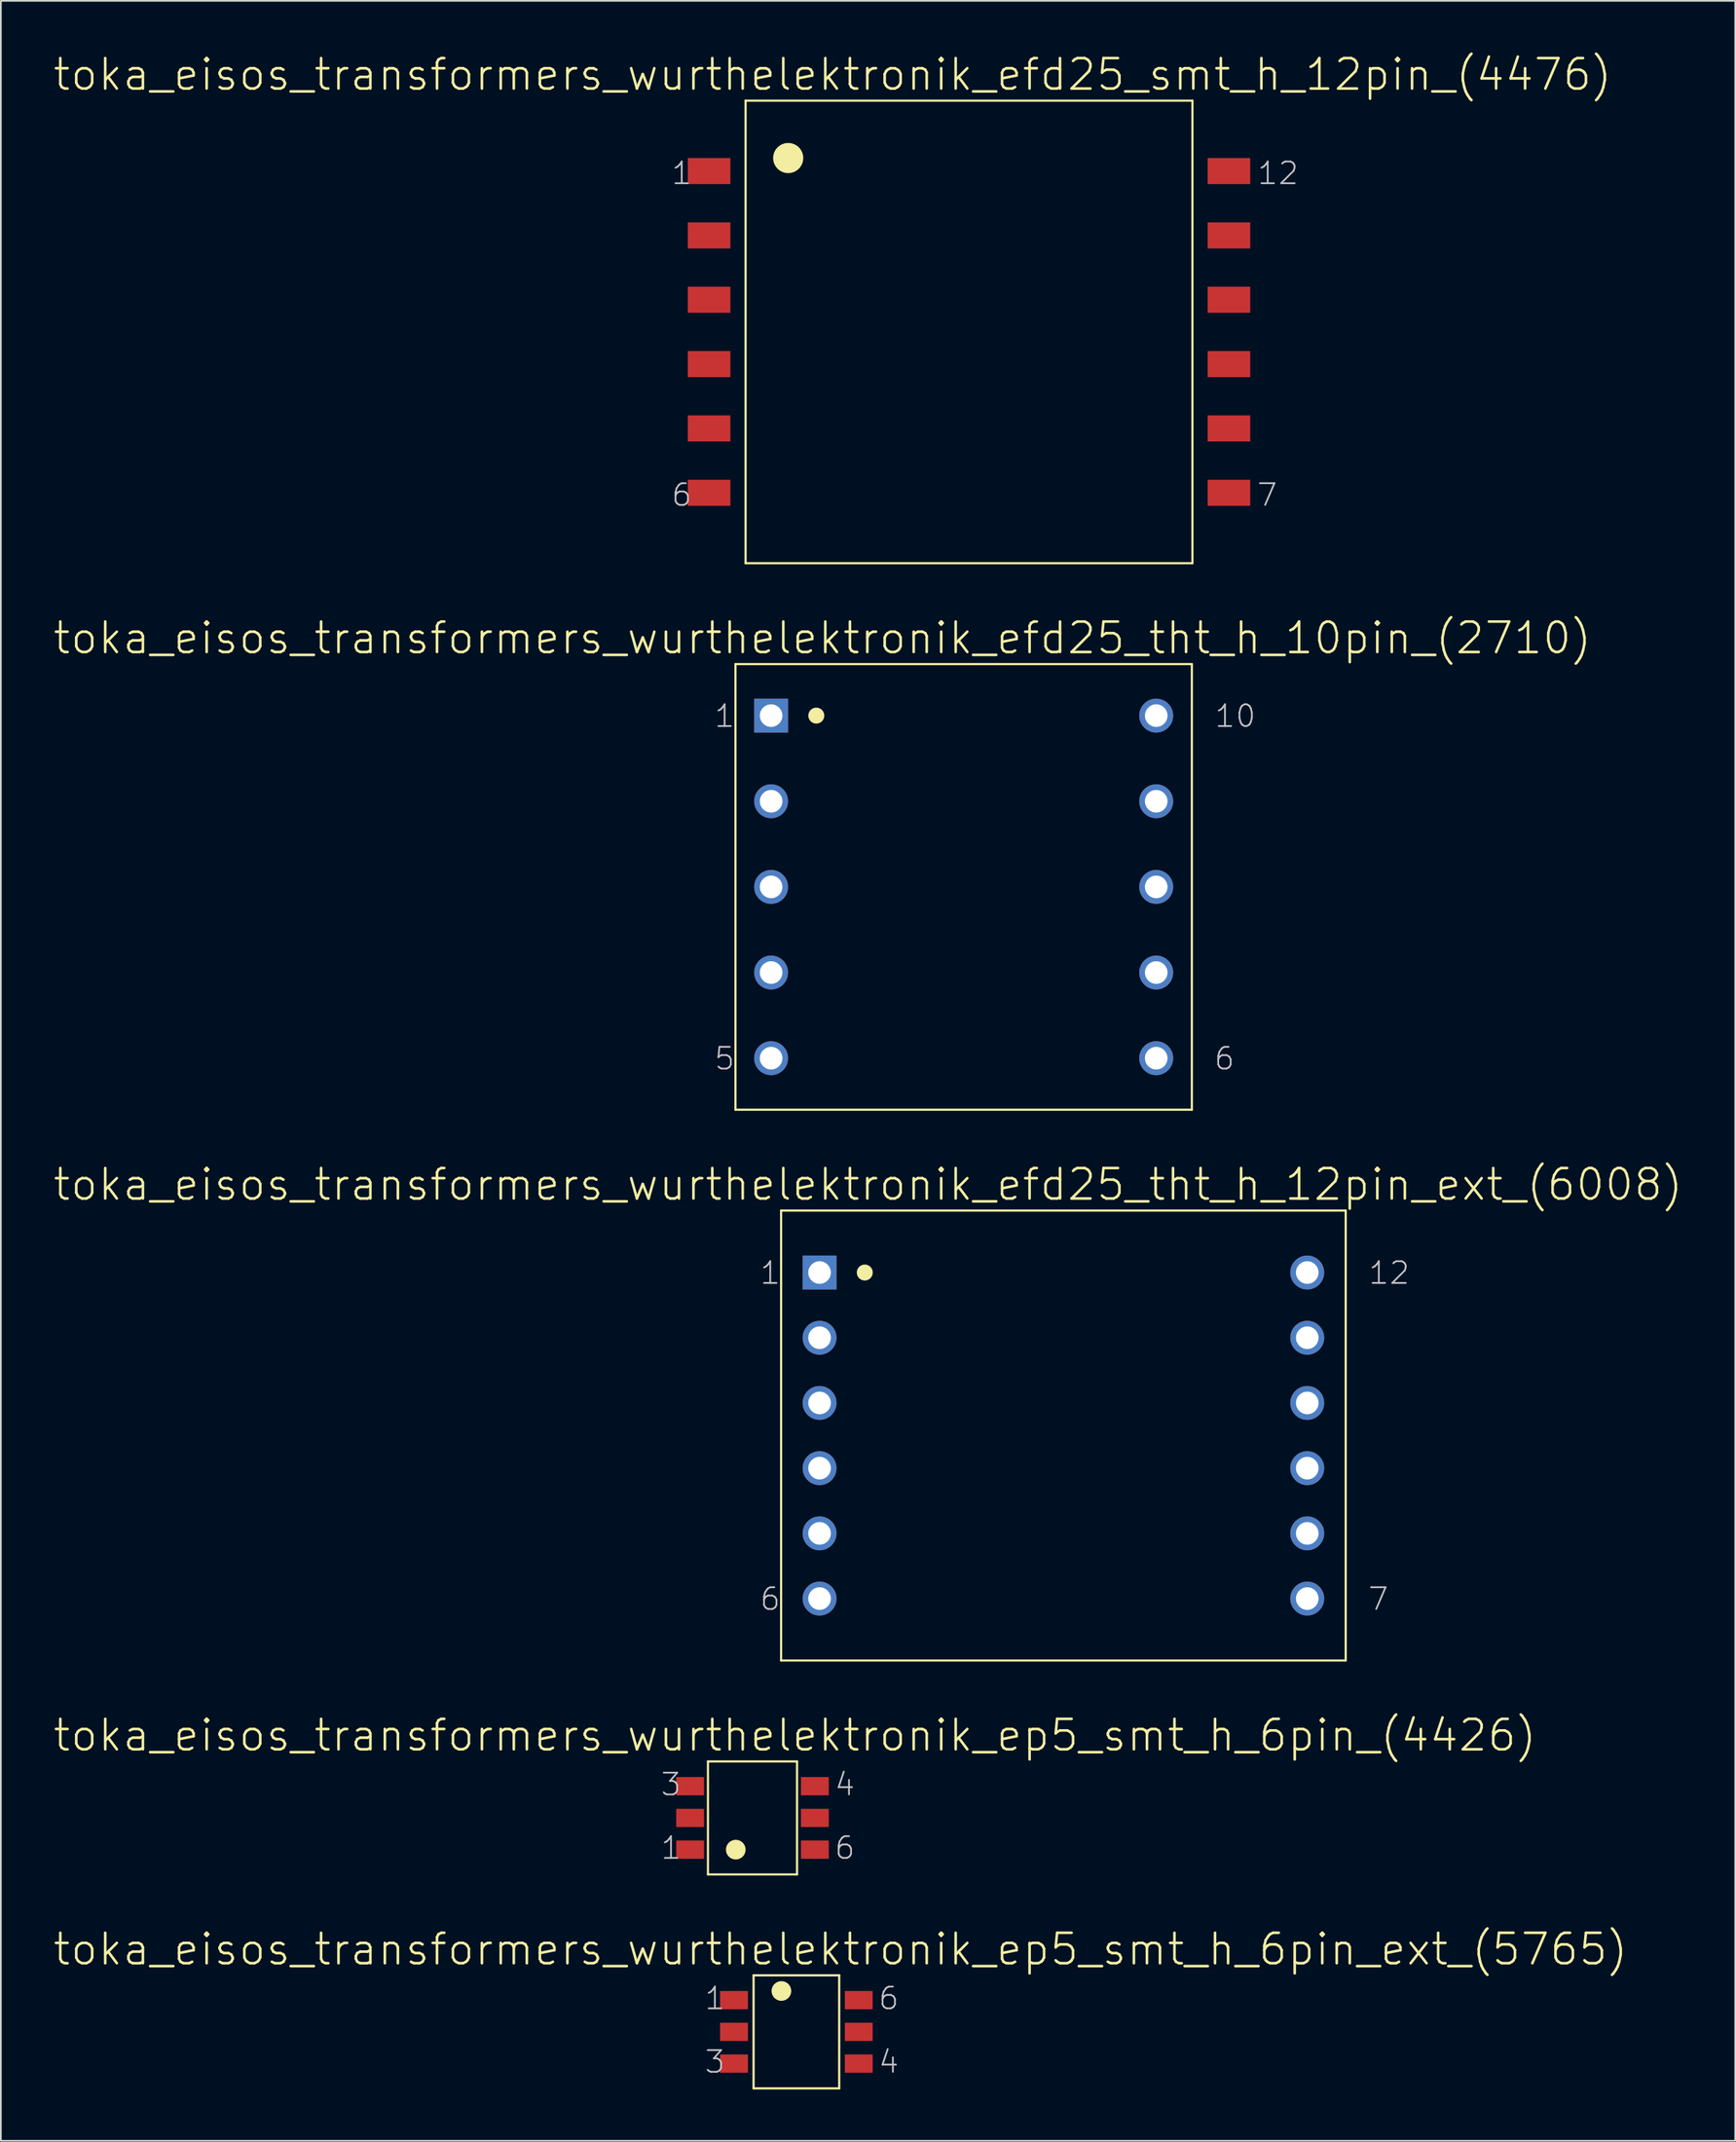
<source format=kicad_pcb>
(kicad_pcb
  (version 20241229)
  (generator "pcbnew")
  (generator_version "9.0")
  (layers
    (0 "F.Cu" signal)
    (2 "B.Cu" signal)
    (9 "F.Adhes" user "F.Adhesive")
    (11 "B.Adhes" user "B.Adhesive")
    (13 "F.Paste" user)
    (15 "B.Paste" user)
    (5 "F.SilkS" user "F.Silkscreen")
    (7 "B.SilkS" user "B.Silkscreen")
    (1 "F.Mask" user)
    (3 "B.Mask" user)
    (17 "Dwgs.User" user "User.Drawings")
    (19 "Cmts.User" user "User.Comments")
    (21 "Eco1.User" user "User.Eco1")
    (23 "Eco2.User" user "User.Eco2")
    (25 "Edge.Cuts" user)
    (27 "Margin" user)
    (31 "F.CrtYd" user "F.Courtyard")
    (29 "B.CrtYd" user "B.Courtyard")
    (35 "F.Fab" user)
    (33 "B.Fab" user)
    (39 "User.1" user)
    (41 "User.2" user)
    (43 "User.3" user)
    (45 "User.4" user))
  (footprint "toka_eisos_transformers_wurthelektronik_ep5_smt_h_6pin_(4426)"
    (layer "F.Cu")
    (at 40.924 103.168)
    (property "Reference" "toka_eisos_transformers_wurthelektronik_ep5_smt_h_6pin_(4426)" (at 2.477 -4.826 0) (layer "F.SilkS") (effects (font (size 1.778 1.778) (thickness 0.152))))
    (attr smd)
    (fp_line (start -2.603 -3.302) (end -2.603 3.302) (stroke (width 0.127) (type solid)) (layer "F.SilkS"))
    (fp_line (start -2.603 -3.302) (end 2.603 -3.302) (stroke (width 0.127) (type solid)) (layer "F.SilkS"))
    (fp_line (start -2.603 3.302) (end 2.603 3.302) (stroke (width 0.127) (type solid)) (layer "F.SilkS"))
    (fp_line (start 2.603 -3.302) (end 2.603 3.302) (stroke (width 0.127) (type solid)) (layer "F.SilkS"))
    (fp_circle (center -0.978 1.854) (end -1.384 2.261) (stroke (width 0) (type solid)) (fill yes) (layer "F.SilkS"))
    (fp_text user "6" (at 5.397 1.753 0) (layer "Dwgs.User") (effects (font (size 1.27 1.27) (thickness 0.102))))
    (fp_text user "4" (at 5.397 -1.956 0) (layer "Dwgs.User") (effects (font (size 1.27 1.27) (thickness 0.102))))
    (fp_text user "1" (at -4.763 1.753 0) (layer "Dwgs.User") (effects (font (size 1.27 1.27) (thickness 0.102))))
    (fp_text user "3" (at -4.763 -1.956 0) (layer "Dwgs.User") (effects (font (size 1.27 1.27) (thickness 0.102))))
    (pad "1" smd rect (at -3.645 1.854) (size 1.626 1.067) (layers "F.Cu" "F.Mask" "F.Paste"))
    (pad "2" smd rect (at -3.645 0) (size 1.626 1.067) (layers "F.Cu" "F.Mask" "F.Paste"))
    (pad "3" smd rect (at -3.645 -1.854) (size 1.626 1.067) (layers "F.Cu" "F.Mask" "F.Paste"))
    (pad "4" smd rect (at 3.645 -1.854) (size 1.626 1.067) (layers "F.Cu" "F.Mask" "F.Paste"))
    (pad "5" smd rect (at 3.645 0) (size 1.626 1.067) (layers "F.Cu" "F.Mask" "F.Paste"))
    (pad "6" smd rect (at 3.645 1.854) (size 1.626 1.067) (layers "F.Cu" "F.Mask" "F.Paste")))
  (footprint "toka_eisos_transformers_wurthelektronik_efd25_smt_h_12pin_(4476)"
    (layer "F.Cu")
    (at 53.577 16.344)
    (property "Reference" "toka_eisos_transformers_wurthelektronik_efd25_smt_h_12pin_(4476)" (at -7.976 -15.037 0) (layer "F.SilkS") (effects (font (size 1.778 1.778) (thickness 0.152))))
    (attr smd)
    (fp_line (start -13.056 -13.513) (end -13.056 13.513) (stroke (width 0.127) (type solid)) (layer "F.SilkS"))
    (fp_line (start -13.056 -13.513) (end 13.056 -13.513) (stroke (width 0.127) (type solid)) (layer "F.SilkS"))
    (fp_line (start -13.056 13.513) (end 13.056 13.513) (stroke (width 0.127) (type solid)) (layer "F.SilkS"))
    (fp_line (start 13.056 -13.513) (end 13.056 13.513) (stroke (width 0.127) (type solid)) (layer "F.SilkS"))
    (fp_circle (center -10.566 -10.16) (end -11.189 -10.782) (stroke (width 0) (type solid)) (fill yes) (layer "F.SilkS"))
    (fp_text user "12" (at 18.059 -9.271 0) (layer "Dwgs.User") (effects (font (size 1.27 1.27) (thickness 0.102))))
    (fp_text user "7" (at 17.424 9.525 0) (layer "Dwgs.User") (effects (font (size 1.27 1.27) (thickness 0.102))))
    (fp_text user "6" (at -16.789 9.525 0) (layer "Dwgs.User") (effects (font (size 1.27 1.27) (thickness 0.102))))
    (fp_text user "1" (at -16.789 -9.271 0) (layer "Dwgs.User") (effects (font (size 1.27 1.27) (thickness 0.102))))
    (pad "1" smd rect (at -15.189 -9.398) (size 2.489 1.524) (layers "F.Cu" "F.Mask" "F.Paste"))
    (pad "2" smd rect (at -15.189 -5.639) (size 2.489 1.524) (layers "F.Cu" "F.Mask" "F.Paste"))
    (pad "3" smd rect (at -15.189 -1.88) (size 2.489 1.524) (layers "F.Cu" "F.Mask" "F.Paste"))
    (pad "4" smd rect (at -15.189 1.88) (size 2.489 1.524) (layers "F.Cu" "F.Mask" "F.Paste"))
    (pad "5" smd rect (at -15.189 5.639) (size 2.489 1.524) (layers "F.Cu" "F.Mask" "F.Paste"))
    (pad "6" smd rect (at -15.189 9.398) (size 2.489 1.524) (layers "F.Cu" "F.Mask" "F.Paste"))
    (pad "7" smd rect (at 15.189 9.398) (size 2.489 1.524) (layers "F.Cu" "F.Mask" "F.Paste"))
    (pad "8" smd rect (at 15.189 5.639) (size 2.489 1.524) (layers "F.Cu" "F.Mask" "F.Paste"))
    (pad "9" smd rect (at 15.189 1.88) (size 2.489 1.524) (layers "F.Cu" "F.Mask" "F.Paste"))
    (pad "10" smd rect (at 15.189 -1.88) (size 2.489 1.524) (layers "F.Cu" "F.Mask" "F.Paste"))
    (pad "11" smd rect (at 15.189 -5.639) (size 2.489 1.524) (layers "F.Cu" "F.Mask" "F.Paste"))
    (pad "12" smd rect (at 15.189 -9.398) (size 2.489 1.524) (layers "F.Cu" "F.Mask" "F.Paste")))
  (footprint "toka_eisos_transformers_wurthelektronik_efd25_tht_h_10pin_(2710)"
    (layer "F.Cu")
    (at 53.264 48.77)
    (property "Reference" "toka_eisos_transformers_wurthelektronik_efd25_tht_h_10pin_(2710)" (at -8.255 -14.541 0) (layer "F.SilkS") (effects (font (size 1.778 1.778) (thickness 0.152))))
    (attr exclude_from_pos_files exclude_from_bom)
    (fp_line (start -13.335 -13.018) (end -13.335 13.018) (stroke (width 0.127) (type solid)) (layer "F.SilkS"))
    (fp_line (start -13.335 -13.018) (end 13.335 -13.018) (stroke (width 0.127) (type solid)) (layer "F.SilkS"))
    (fp_line (start -13.335 13.018) (end 13.335 13.018) (stroke (width 0.127) (type solid)) (layer "F.SilkS"))
    (fp_line (start 13.335 -13.018) (end 13.335 13.018) (stroke (width 0.127) (type solid)) (layer "F.SilkS"))
    (fp_circle (center -8.611 -10.008) (end -8.941 -10.338) (stroke (width 0) (type solid)) (fill yes) (layer "F.SilkS"))
    (fp_text user "10" (at 15.875 -9.982 0) (layer "Dwgs.User") (effects (font (size 1.27 1.27) (thickness 0.102))))
    (fp_text user "6" (at 15.24 10.033 0) (layer "Dwgs.User") (effects (font (size 1.27 1.27) (thickness 0.102))))
    (fp_text user "5" (at -13.97 10.033 0) (layer "Dwgs.User") (effects (font (size 1.27 1.27) (thickness 0.102))))
    (fp_text user "1" (at -13.97 -9.982 0) (layer "Dwgs.User") (effects (font (size 1.27 1.27) (thickness 0.102))))
    (pad "1" thru_hole rect (at -11.252 -10.008) (size 1.981 1.981) (drill 1.321) (layers "*.Cu" "*.Paste" "*.Mask"))
    (pad "2" thru_hole circle (at -11.252 -5.004) (size 1.981 1.981) (drill 1.321) (layers "*.Cu" "*.Paste" "*.Mask"))
    (pad "3" thru_hole circle (at -11.252 0) (size 1.981 1.981) (drill 1.321) (layers "*.Cu" "*.Paste" "*.Mask"))
    (pad "4" thru_hole circle (at -11.252 5.004) (size 1.981 1.981) (drill 1.321) (layers "*.Cu" "*.Paste" "*.Mask"))
    (pad "5" thru_hole circle (at -11.252 10.008) (size 1.981 1.981) (drill 1.321) (layers "*.Cu" "*.Paste" "*.Mask"))
    (pad "6" thru_hole circle (at 11.252 10.008) (size 1.981 1.981) (drill 1.321) (layers "*.Cu" "*.Paste" "*.Mask"))
    (pad "7" thru_hole circle (at 11.252 5.004) (size 1.981 1.981) (drill 1.321) (layers "*.Cu" "*.Paste" "*.Mask"))
    (pad "8" thru_hole circle (at 11.252 0) (size 1.981 1.981) (drill 1.321) (layers "*.Cu" "*.Paste" "*.Mask"))
    (pad "9" thru_hole circle (at 11.252 -5.004) (size 1.981 1.981) (drill 1.321) (layers "*.Cu" "*.Paste" "*.Mask"))
    (pad "10" thru_hole circle (at 11.252 -10.008) (size 1.981 1.981) (drill 1.321) (layers "*.Cu" "*.Paste" "*.Mask")))
  (footprint "toka_eisos_transformers_wurthelektronik_ep5_smt_h_6pin_ext_(5765)"
    (layer "F.Cu")
    (at 43.489 115.668)
    (property "Reference" "toka_eisos_transformers_wurthelektronik_ep5_smt_h_6pin_ext_(5765)" (at 2.578 -4.826 0) (layer "F.SilkS") (effects (font (size 1.778 1.778) (thickness 0.152))))
    (attr smd)
    (fp_line (start -2.502 -3.302) (end -2.502 3.302) (stroke (width 0.127) (type solid)) (layer "F.SilkS"))
    (fp_line (start -2.502 -3.302) (end 2.502 -3.302) (stroke (width 0.127) (type solid)) (layer "F.SilkS"))
    (fp_line (start -2.502 3.302) (end 2.502 3.302) (stroke (width 0.127) (type solid)) (layer "F.SilkS"))
    (fp_line (start 2.502 -3.302) (end 2.502 3.302) (stroke (width 0.127) (type solid)) (layer "F.SilkS"))
    (fp_circle (center -0.876 -2.388) (end -1.283 -2.794) (stroke (width 0) (type solid)) (fill yes) (layer "F.SilkS"))
    (fp_text user "6" (at 5.397 -1.956 0) (layer "Dwgs.User") (effects (font (size 1.27 1.27) (thickness 0.102))))
    (fp_text user "3" (at -4.763 1.753 0) (layer "Dwgs.User") (effects (font (size 1.27 1.27) (thickness 0.102))))
    (fp_text user "1" (at -4.763 -1.956 0) (layer "Dwgs.User") (effects (font (size 1.27 1.27) (thickness 0.102))))
    (fp_text user "4" (at 5.397 1.753 0) (layer "Dwgs.User") (effects (font (size 1.27 1.27) (thickness 0.102))))
    (pad "1" smd rect (at -3.645 -1.854) (size 1.626 1.067) (layers "F.Cu" "F.Mask" "F.Paste"))
    (pad "2" smd rect (at -3.645 0) (size 1.626 1.067) (layers "F.Cu" "F.Mask" "F.Paste"))
    (pad "3" smd rect (at -3.645 1.854) (size 1.626 1.067) (layers "F.Cu" "F.Mask" "F.Paste"))
    (pad "4" smd rect (at 3.645 1.854) (size 1.626 1.067) (layers "F.Cu" "F.Mask" "F.Paste"))
    (pad "5" smd rect (at 3.645 0) (size 1.626 1.067) (layers "F.Cu" "F.Mask" "F.Paste"))
    (pad "6" smd rect (at 3.645 -1.854) (size 1.626 1.067) (layers "F.Cu" "F.Mask" "F.Paste")))
  (footprint "toka_eisos_transformers_wurthelektronik_efd25_tht_h_12pin_ext_(6008)"
    (layer "F.Cu")
    (at 59.093 80.827)
    (property "Reference" "toka_eisos_transformers_wurthelektronik_efd25_tht_h_12pin_ext_(6008)" (at -11.417 -14.668 0) (layer "F.SilkS") (effects (font (size 1.778 1.778) (thickness 0.152))))
    (attr exclude_from_pos_files exclude_from_bom)
    (fp_line (start -16.497 -13.145) (end -16.497 13.145) (stroke (width 0.127) (type solid)) (layer "F.SilkS"))
    (fp_line (start -16.497 -13.145) (end 16.497 -13.145) (stroke (width 0.127) (type solid)) (layer "F.SilkS"))
    (fp_line (start -16.497 13.145) (end 16.497 13.145) (stroke (width 0.127) (type solid)) (layer "F.SilkS"))
    (fp_line (start 16.497 -13.145) (end 16.497 13.145) (stroke (width 0.127) (type solid)) (layer "F.SilkS"))
    (fp_circle (center -11.608 -9.525) (end -11.938 -9.855) (stroke (width 0) (type solid)) (fill yes) (layer "F.SilkS"))
    (fp_text user "6" (at -17.132 9.55 0) (layer "Dwgs.User") (effects (font (size 1.27 1.27) (thickness 0.102))))
    (fp_text user "7" (at 18.402 9.55 0) (layer "Dwgs.User") (effects (font (size 1.27 1.27) (thickness 0.102))))
    (fp_text user "12" (at 19.037 -9.5 0) (layer "Dwgs.User") (effects (font (size 1.27 1.27) (thickness 0.102))))
    (fp_text user "1" (at -17.132 -9.5 0) (layer "Dwgs.User") (effects (font (size 1.27 1.27) (thickness 0.102))))
    (pad "1" thru_hole rect (at -14.249 -9.525) (size 1.981 1.981) (drill 1.321) (layers "*.Cu" "*.Paste" "*.Mask"))
    (pad "2" thru_hole circle (at -14.249 -5.715) (size 1.981 1.981) (drill 1.321) (layers "*.Cu" "*.Paste" "*.Mask"))
    (pad "3" thru_hole circle (at -14.249 -1.905) (size 1.981 1.981) (drill 1.321) (layers "*.Cu" "*.Paste" "*.Mask"))
    (pad "4" thru_hole circle (at -14.249 1.905) (size 1.981 1.981) (drill 1.321) (layers "*.Cu" "*.Paste" "*.Mask"))
    (pad "5" thru_hole circle (at -14.249 5.715) (size 1.981 1.981) (drill 1.321) (layers "*.Cu" "*.Paste" "*.Mask"))
    (pad "6" thru_hole circle (at -14.249 9.525) (size 1.981 1.981) (drill 1.321) (layers "*.Cu" "*.Paste" "*.Mask"))
    (pad "7" thru_hole circle (at 14.249 9.525) (size 1.981 1.981) (drill 1.321) (layers "*.Cu" "*.Paste" "*.Mask"))
    (pad "8" thru_hole circle (at 14.249 5.715) (size 1.981 1.981) (drill 1.321) (layers "*.Cu" "*.Paste" "*.Mask"))
    (pad "9" thru_hole circle (at 14.249 1.905) (size 1.981 1.981) (drill 1.321) (layers "*.Cu" "*.Paste" "*.Mask"))
    (pad "10" thru_hole circle (at 14.249 -1.905) (size 1.981 1.981) (drill 1.321) (layers "*.Cu" "*.Paste" "*.Mask"))
    (pad "11" thru_hole circle (at 14.249 -5.715) (size 1.981 1.981) (drill 1.321) (layers "*.Cu" "*.Paste" "*.Mask"))
    (pad "12" thru_hole circle (at 14.249 -9.525) (size 1.981 1.981) (drill 1.321) (layers "*.Cu" "*.Paste" "*.Mask")))
  (gr_rect
    (start -3 -3)
    (end 98.352 122.033)
    (stroke (width 0.1) (type default))
    (fill no)
    (layer "Edge.Cuts")))
</source>
